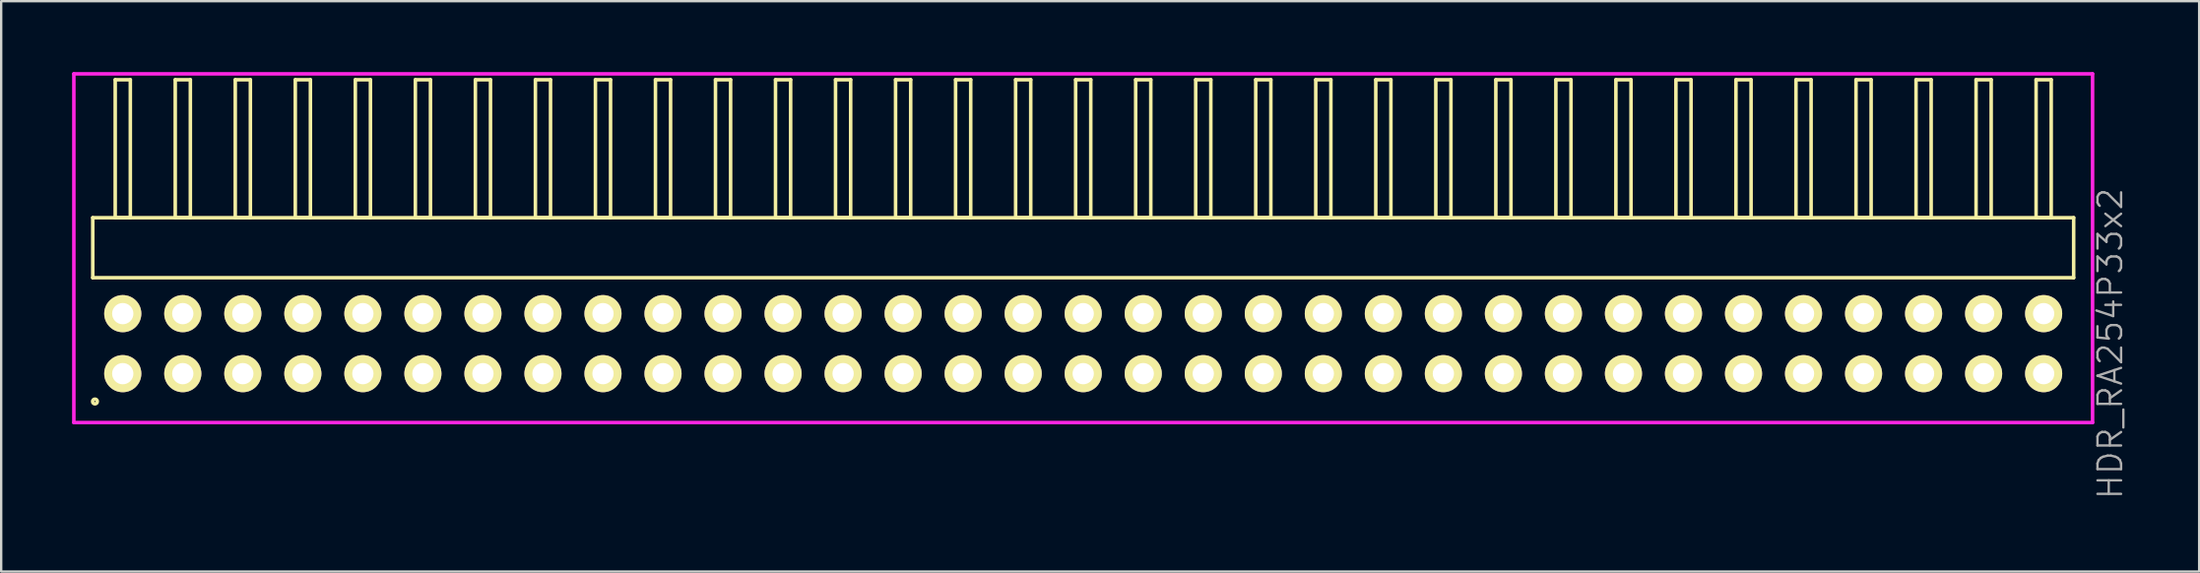
<source format=kicad_pcb>
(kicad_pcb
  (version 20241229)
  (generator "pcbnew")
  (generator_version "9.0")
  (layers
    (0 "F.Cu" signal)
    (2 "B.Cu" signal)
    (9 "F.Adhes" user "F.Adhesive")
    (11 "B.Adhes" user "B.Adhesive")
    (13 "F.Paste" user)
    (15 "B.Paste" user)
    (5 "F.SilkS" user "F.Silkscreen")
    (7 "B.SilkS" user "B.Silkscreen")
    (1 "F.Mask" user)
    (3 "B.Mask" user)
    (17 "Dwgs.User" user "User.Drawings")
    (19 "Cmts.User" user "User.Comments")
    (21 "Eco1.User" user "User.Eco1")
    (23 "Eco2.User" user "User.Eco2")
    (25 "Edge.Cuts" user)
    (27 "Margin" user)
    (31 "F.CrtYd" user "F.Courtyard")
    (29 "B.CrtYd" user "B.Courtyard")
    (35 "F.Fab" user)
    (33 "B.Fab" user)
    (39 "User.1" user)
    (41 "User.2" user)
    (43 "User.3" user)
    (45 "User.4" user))
  (footprint "HDR_RA254P33x2"
    (layer "F.Cu")
    (at 42.785 11.495)
    (property "Reference" "HDR_RA254P33x2" (at 43.46 0 90) (layer "F.Fab") (effects (font (size 1 1) (thickness 0.1))))
    (attr through_hole)
    (fp_line (start -41.91 -5.33) (end -41.91 -2.79) (stroke (width 0.15) (type solid)) (layer "F.SilkS"))
    (fp_line (start -41.91 -2.79) (end 41.91 -2.79) (stroke (width 0.15) (type solid)) (layer "F.SilkS"))
    (fp_line (start -40.96 -11.17) (end -40.96 -5.33) (stroke (width 0.15) (type solid)) (layer "F.SilkS"))
    (fp_line (start -40.96 -5.33) (end -40.32 -5.33) (stroke (width 0.15) (type solid)) (layer "F.SilkS"))
    (fp_line (start -40.32 -11.17) (end -40.96 -11.17) (stroke (width 0.15) (type solid)) (layer "F.SilkS"))
    (fp_line (start -40.32 -5.33) (end -40.32 -11.17) (stroke (width 0.15) (type solid)) (layer "F.SilkS"))
    (fp_line (start -38.42 -11.17) (end -38.42 -5.33) (stroke (width 0.15) (type solid)) (layer "F.SilkS"))
    (fp_line (start -38.42 -5.33) (end -37.78 -5.33) (stroke (width 0.15) (type solid)) (layer "F.SilkS"))
    (fp_line (start -37.78 -11.17) (end -38.42 -11.17) (stroke (width 0.15) (type solid)) (layer "F.SilkS"))
    (fp_line (start -37.78 -5.33) (end -37.78 -11.17) (stroke (width 0.15) (type solid)) (layer "F.SilkS"))
    (fp_line (start -35.88 -11.17) (end -35.88 -5.33) (stroke (width 0.15) (type solid)) (layer "F.SilkS"))
    (fp_line (start -35.88 -5.33) (end -35.24 -5.33) (stroke (width 0.15) (type solid)) (layer "F.SilkS"))
    (fp_line (start -35.24 -11.17) (end -35.88 -11.17) (stroke (width 0.15) (type solid)) (layer "F.SilkS"))
    (fp_line (start -35.24 -5.33) (end -35.24 -11.17) (stroke (width 0.15) (type solid)) (layer "F.SilkS"))
    (fp_line (start -33.34 -11.17) (end -33.34 -5.33) (stroke (width 0.15) (type solid)) (layer "F.SilkS"))
    (fp_line (start -33.34 -5.33) (end -32.7 -5.33) (stroke (width 0.15) (type solid)) (layer "F.SilkS"))
    (fp_line (start -32.7 -11.17) (end -33.34 -11.17) (stroke (width 0.15) (type solid)) (layer "F.SilkS"))
    (fp_line (start -32.7 -5.33) (end -32.7 -11.17) (stroke (width 0.15) (type solid)) (layer "F.SilkS"))
    (fp_line (start -30.8 -11.17) (end -30.8 -5.33) (stroke (width 0.15) (type solid)) (layer "F.SilkS"))
    (fp_line (start -30.8 -5.33) (end -30.16 -5.33) (stroke (width 0.15) (type solid)) (layer "F.SilkS"))
    (fp_line (start -30.16 -11.17) (end -30.8 -11.17) (stroke (width 0.15) (type solid)) (layer "F.SilkS"))
    (fp_line (start -30.16 -5.33) (end -30.16 -11.17) (stroke (width 0.15) (type solid)) (layer "F.SilkS"))
    (fp_line (start -28.26 -11.17) (end -28.26 -5.33) (stroke (width 0.15) (type solid)) (layer "F.SilkS"))
    (fp_line (start -28.26 -5.33) (end -27.62 -5.33) (stroke (width 0.15) (type solid)) (layer "F.SilkS"))
    (fp_line (start -27.62 -11.17) (end -28.26 -11.17) (stroke (width 0.15) (type solid)) (layer "F.SilkS"))
    (fp_line (start -27.62 -5.33) (end -27.62 -11.17) (stroke (width 0.15) (type solid)) (layer "F.SilkS"))
    (fp_line (start -25.72 -11.17) (end -25.72 -5.33) (stroke (width 0.15) (type solid)) (layer "F.SilkS"))
    (fp_line (start -25.72 -5.33) (end -25.08 -5.33) (stroke (width 0.15) (type solid)) (layer "F.SilkS"))
    (fp_line (start -25.08 -11.17) (end -25.72 -11.17) (stroke (width 0.15) (type solid)) (layer "F.SilkS"))
    (fp_line (start -25.08 -5.33) (end -25.08 -11.17) (stroke (width 0.15) (type solid)) (layer "F.SilkS"))
    (fp_line (start -23.18 -11.17) (end -23.18 -5.33) (stroke (width 0.15) (type solid)) (layer "F.SilkS"))
    (fp_line (start -23.18 -5.33) (end -22.54 -5.33) (stroke (width 0.15) (type solid)) (layer "F.SilkS"))
    (fp_line (start -22.54 -11.17) (end -23.18 -11.17) (stroke (width 0.15) (type solid)) (layer "F.SilkS"))
    (fp_line (start -22.54 -5.33) (end -22.54 -11.17) (stroke (width 0.15) (type solid)) (layer "F.SilkS"))
    (fp_line (start -20.64 -11.17) (end -20.64 -5.33) (stroke (width 0.15) (type solid)) (layer "F.SilkS"))
    (fp_line (start -20.64 -5.33) (end -20 -5.33) (stroke (width 0.15) (type solid)) (layer "F.SilkS"))
    (fp_line (start -20 -11.17) (end -20.64 -11.17) (stroke (width 0.15) (type solid)) (layer "F.SilkS"))
    (fp_line (start -20 -5.33) (end -20 -11.17) (stroke (width 0.15) (type solid)) (layer "F.SilkS"))
    (fp_line (start -18.1 -11.17) (end -18.1 -5.33) (stroke (width 0.15) (type solid)) (layer "F.SilkS"))
    (fp_line (start -18.1 -5.33) (end -17.46 -5.33) (stroke (width 0.15) (type solid)) (layer "F.SilkS"))
    (fp_line (start -17.46 -11.17) (end -18.1 -11.17) (stroke (width 0.15) (type solid)) (layer "F.SilkS"))
    (fp_line (start -17.46 -5.33) (end -17.46 -11.17) (stroke (width 0.15) (type solid)) (layer "F.SilkS"))
    (fp_line (start -15.56 -11.17) (end -15.56 -5.33) (stroke (width 0.15) (type solid)) (layer "F.SilkS"))
    (fp_line (start -15.56 -5.33) (end -14.92 -5.33) (stroke (width 0.15) (type solid)) (layer "F.SilkS"))
    (fp_line (start -14.92 -11.17) (end -15.56 -11.17) (stroke (width 0.15) (type solid)) (layer "F.SilkS"))
    (fp_line (start -14.92 -5.33) (end -14.92 -11.17) (stroke (width 0.15) (type solid)) (layer "F.SilkS"))
    (fp_line (start -13.02 -11.17) (end -13.02 -5.33) (stroke (width 0.15) (type solid)) (layer "F.SilkS"))
    (fp_line (start -13.02 -5.33) (end -12.38 -5.33) (stroke (width 0.15) (type solid)) (layer "F.SilkS"))
    (fp_line (start -12.38 -11.17) (end -13.02 -11.17) (stroke (width 0.15) (type solid)) (layer "F.SilkS"))
    (fp_line (start -12.38 -5.33) (end -12.38 -11.17) (stroke (width 0.15) (type solid)) (layer "F.SilkS"))
    (fp_line (start -10.48 -11.17) (end -10.48 -5.33) (stroke (width 0.15) (type solid)) (layer "F.SilkS"))
    (fp_line (start -10.48 -5.33) (end -9.84 -5.33) (stroke (width 0.15) (type solid)) (layer "F.SilkS"))
    (fp_line (start -9.84 -11.17) (end -10.48 -11.17) (stroke (width 0.15) (type solid)) (layer "F.SilkS"))
    (fp_line (start -9.84 -5.33) (end -9.84 -11.17) (stroke (width 0.15) (type solid)) (layer "F.SilkS"))
    (fp_line (start -7.94 -11.17) (end -7.94 -5.33) (stroke (width 0.15) (type solid)) (layer "F.SilkS"))
    (fp_line (start -7.94 -5.33) (end -7.3 -5.33) (stroke (width 0.15) (type solid)) (layer "F.SilkS"))
    (fp_line (start -7.3 -11.17) (end -7.94 -11.17) (stroke (width 0.15) (type solid)) (layer "F.SilkS"))
    (fp_line (start -7.3 -5.33) (end -7.3 -11.17) (stroke (width 0.15) (type solid)) (layer "F.SilkS"))
    (fp_line (start -5.4 -11.17) (end -5.4 -5.33) (stroke (width 0.15) (type solid)) (layer "F.SilkS"))
    (fp_line (start -5.4 -5.33) (end -4.76 -5.33) (stroke (width 0.15) (type solid)) (layer "F.SilkS"))
    (fp_line (start -4.76 -11.17) (end -5.4 -11.17) (stroke (width 0.15) (type solid)) (layer "F.SilkS"))
    (fp_line (start -4.76 -5.33) (end -4.76 -11.17) (stroke (width 0.15) (type solid)) (layer "F.SilkS"))
    (fp_line (start -2.86 -11.17) (end -2.86 -5.33) (stroke (width 0.15) (type solid)) (layer "F.SilkS"))
    (fp_line (start -2.86 -5.33) (end -2.22 -5.33) (stroke (width 0.15) (type solid)) (layer "F.SilkS"))
    (fp_line (start -2.22 -11.17) (end -2.86 -11.17) (stroke (width 0.15) (type solid)) (layer "F.SilkS"))
    (fp_line (start -2.22 -5.33) (end -2.22 -11.17) (stroke (width 0.15) (type solid)) (layer "F.SilkS"))
    (fp_line (start -0.32 -11.17) (end -0.32 -5.33) (stroke (width 0.15) (type solid)) (layer "F.SilkS"))
    (fp_line (start -0.32 -5.33) (end 0.32 -5.33) (stroke (width 0.15) (type solid)) (layer "F.SilkS"))
    (fp_line (start 0.32 -11.17) (end -0.32 -11.17) (stroke (width 0.15) (type solid)) (layer "F.SilkS"))
    (fp_line (start 0.32 -5.33) (end 0.32 -11.17) (stroke (width 0.15) (type solid)) (layer "F.SilkS"))
    (fp_line (start 2.22 -11.17) (end 2.22 -5.33) (stroke (width 0.15) (type solid)) (layer "F.SilkS"))
    (fp_line (start 2.22 -5.33) (end 2.86 -5.33) (stroke (width 0.15) (type solid)) (layer "F.SilkS"))
    (fp_line (start 2.86 -11.17) (end 2.22 -11.17) (stroke (width 0.15) (type solid)) (layer "F.SilkS"))
    (fp_line (start 2.86 -5.33) (end 2.86 -11.17) (stroke (width 0.15) (type solid)) (layer "F.SilkS"))
    (fp_line (start 4.76 -11.17) (end 4.76 -5.33) (stroke (width 0.15) (type solid)) (layer "F.SilkS"))
    (fp_line (start 4.76 -5.33) (end 5.4 -5.33) (stroke (width 0.15) (type solid)) (layer "F.SilkS"))
    (fp_line (start 5.4 -11.17) (end 4.76 -11.17) (stroke (width 0.15) (type solid)) (layer "F.SilkS"))
    (fp_line (start 5.4 -5.33) (end 5.4 -11.17) (stroke (width 0.15) (type solid)) (layer "F.SilkS"))
    (fp_line (start 7.3 -11.17) (end 7.3 -5.33) (stroke (width 0.15) (type solid)) (layer "F.SilkS"))
    (fp_line (start 7.3 -5.33) (end 7.94 -5.33) (stroke (width 0.15) (type solid)) (layer "F.SilkS"))
    (fp_line (start 7.94 -11.17) (end 7.3 -11.17) (stroke (width 0.15) (type solid)) (layer "F.SilkS"))
    (fp_line (start 7.94 -5.33) (end 7.94 -11.17) (stroke (width 0.15) (type solid)) (layer "F.SilkS"))
    (fp_line (start 9.84 -11.17) (end 9.84 -5.33) (stroke (width 0.15) (type solid)) (layer "F.SilkS"))
    (fp_line (start 9.84 -5.33) (end 10.48 -5.33) (stroke (width 0.15) (type solid)) (layer "F.SilkS"))
    (fp_line (start 10.48 -11.17) (end 9.84 -11.17) (stroke (width 0.15) (type solid)) (layer "F.SilkS"))
    (fp_line (start 10.48 -5.33) (end 10.48 -11.17) (stroke (width 0.15) (type solid)) (layer "F.SilkS"))
    (fp_line (start 12.38 -11.17) (end 12.38 -5.33) (stroke (width 0.15) (type solid)) (layer "F.SilkS"))
    (fp_line (start 12.38 -5.33) (end 13.02 -5.33) (stroke (width 0.15) (type solid)) (layer "F.SilkS"))
    (fp_line (start 13.02 -11.17) (end 12.38 -11.17) (stroke (width 0.15) (type solid)) (layer "F.SilkS"))
    (fp_line (start 13.02 -5.33) (end 13.02 -11.17) (stroke (width 0.15) (type solid)) (layer "F.SilkS"))
    (fp_line (start 14.92 -11.17) (end 14.92 -5.33) (stroke (width 0.15) (type solid)) (layer "F.SilkS"))
    (fp_line (start 14.92 -5.33) (end 15.56 -5.33) (stroke (width 0.15) (type solid)) (layer "F.SilkS"))
    (fp_line (start 15.56 -11.17) (end 14.92 -11.17) (stroke (width 0.15) (type solid)) (layer "F.SilkS"))
    (fp_line (start 15.56 -5.33) (end 15.56 -11.17) (stroke (width 0.15) (type solid)) (layer "F.SilkS"))
    (fp_line (start 17.46 -11.17) (end 17.46 -5.33) (stroke (width 0.15) (type solid)) (layer "F.SilkS"))
    (fp_line (start 17.46 -5.33) (end 18.1 -5.33) (stroke (width 0.15) (type solid)) (layer "F.SilkS"))
    (fp_line (start 18.1 -11.17) (end 17.46 -11.17) (stroke (width 0.15) (type solid)) (layer "F.SilkS"))
    (fp_line (start 18.1 -5.33) (end 18.1 -11.17) (stroke (width 0.15) (type solid)) (layer "F.SilkS"))
    (fp_line (start 20 -11.17) (end 20 -5.33) (stroke (width 0.15) (type solid)) (layer "F.SilkS"))
    (fp_line (start 20 -5.33) (end 20.64 -5.33) (stroke (width 0.15) (type solid)) (layer "F.SilkS"))
    (fp_line (start 20.64 -11.17) (end 20 -11.17) (stroke (width 0.15) (type solid)) (layer "F.SilkS"))
    (fp_line (start 20.64 -5.33) (end 20.64 -11.17) (stroke (width 0.15) (type solid)) (layer "F.SilkS"))
    (fp_line (start 22.54 -11.17) (end 22.54 -5.33) (stroke (width 0.15) (type solid)) (layer "F.SilkS"))
    (fp_line (start 22.54 -5.33) (end 23.18 -5.33) (stroke (width 0.15) (type solid)) (layer "F.SilkS"))
    (fp_line (start 23.18 -11.17) (end 22.54 -11.17) (stroke (width 0.15) (type solid)) (layer "F.SilkS"))
    (fp_line (start 23.18 -5.33) (end 23.18 -11.17) (stroke (width 0.15) (type solid)) (layer "F.SilkS"))
    (fp_line (start 25.08 -11.17) (end 25.08 -5.33) (stroke (width 0.15) (type solid)) (layer "F.SilkS"))
    (fp_line (start 25.08 -5.33) (end 25.72 -5.33) (stroke (width 0.15) (type solid)) (layer "F.SilkS"))
    (fp_line (start 25.72 -11.17) (end 25.08 -11.17) (stroke (width 0.15) (type solid)) (layer "F.SilkS"))
    (fp_line (start 25.72 -5.33) (end 25.72 -11.17) (stroke (width 0.15) (type solid)) (layer "F.SilkS"))
    (fp_line (start 27.62 -11.17) (end 27.62 -5.33) (stroke (width 0.15) (type solid)) (layer "F.SilkS"))
    (fp_line (start 27.62 -5.33) (end 28.26 -5.33) (stroke (width 0.15) (type solid)) (layer "F.SilkS"))
    (fp_line (start 28.26 -11.17) (end 27.62 -11.17) (stroke (width 0.15) (type solid)) (layer "F.SilkS"))
    (fp_line (start 28.26 -5.33) (end 28.26 -11.17) (stroke (width 0.15) (type solid)) (layer "F.SilkS"))
    (fp_line (start 30.16 -11.17) (end 30.16 -5.33) (stroke (width 0.15) (type solid)) (layer "F.SilkS"))
    (fp_line (start 30.16 -5.33) (end 30.8 -5.33) (stroke (width 0.15) (type solid)) (layer "F.SilkS"))
    (fp_line (start 30.8 -11.17) (end 30.16 -11.17) (stroke (width 0.15) (type solid)) (layer "F.SilkS"))
    (fp_line (start 30.8 -5.33) (end 30.8 -11.17) (stroke (width 0.15) (type solid)) (layer "F.SilkS"))
    (fp_line (start 32.7 -11.17) (end 32.7 -5.33) (stroke (width 0.15) (type solid)) (layer "F.SilkS"))
    (fp_line (start 32.7 -5.33) (end 33.34 -5.33) (stroke (width 0.15) (type solid)) (layer "F.SilkS"))
    (fp_line (start 33.34 -11.17) (end 32.7 -11.17) (stroke (width 0.15) (type solid)) (layer "F.SilkS"))
    (fp_line (start 33.34 -5.33) (end 33.34 -11.17) (stroke (width 0.15) (type solid)) (layer "F.SilkS"))
    (fp_line (start 35.24 -11.17) (end 35.24 -5.33) (stroke (width 0.15) (type solid)) (layer "F.SilkS"))
    (fp_line (start 35.24 -5.33) (end 35.88 -5.33) (stroke (width 0.15) (type solid)) (layer "F.SilkS"))
    (fp_line (start 35.88 -11.17) (end 35.24 -11.17) (stroke (width 0.15) (type solid)) (layer "F.SilkS"))
    (fp_line (start 35.88 -5.33) (end 35.88 -11.17) (stroke (width 0.15) (type solid)) (layer "F.SilkS"))
    (fp_line (start 37.78 -11.17) (end 37.78 -5.33) (stroke (width 0.15) (type solid)) (layer "F.SilkS"))
    (fp_line (start 37.78 -5.33) (end 38.42 -5.33) (stroke (width 0.15) (type solid)) (layer "F.SilkS"))
    (fp_line (start 38.42 -11.17) (end 37.78 -11.17) (stroke (width 0.15) (type solid)) (layer "F.SilkS"))
    (fp_line (start 38.42 -5.33) (end 38.42 -11.17) (stroke (width 0.15) (type solid)) (layer "F.SilkS"))
    (fp_line (start 40.32 -11.17) (end 40.32 -5.33) (stroke (width 0.15) (type solid)) (layer "F.SilkS"))
    (fp_line (start 40.32 -5.33) (end 40.96 -5.33) (stroke (width 0.15) (type solid)) (layer "F.SilkS"))
    (fp_line (start 40.96 -11.17) (end 40.32 -11.17) (stroke (width 0.15) (type solid)) (layer "F.SilkS"))
    (fp_line (start 40.96 -5.33) (end 40.96 -11.17) (stroke (width 0.15) (type solid)) (layer "F.SilkS"))
    (fp_line (start 41.91 -5.33) (end -41.91 -5.33) (stroke (width 0.15) (type solid)) (layer "F.SilkS"))
    (fp_line (start 41.91 -2.79) (end 41.91 -5.33) (stroke (width 0.15) (type solid)) (layer "F.SilkS"))
    (fp_circle (center -41.817 2.448) (end -41.717 2.448) (stroke (width 0.15) (type solid)) (fill no) (layer "F.SilkS"))
    (fp_line (start -42.71 -11.42) (end -42.71 3.34) (stroke (width 0.15) (type solid)) (layer "F.CrtYd"))
    (fp_line (start -42.71 3.34) (end 42.71 3.34) (stroke (width 0.15) (type solid)) (layer "F.CrtYd"))
    (fp_line (start 42.71 -11.42) (end -42.71 -11.42) (stroke (width 0.15) (type solid)) (layer "F.CrtYd"))
    (fp_line (start 42.71 3.34) (end 42.71 -11.42) (stroke (width 0.15) (type solid)) (layer "F.CrtYd"))
    (pad "1" thru_hole oval (at -40.64 1.27) (size 1.57 1.57) (drill 0.9) (layers "*.Cu" "*.Mask" "F.SilkS"))
    (pad "2" thru_hole oval (at -40.64 -1.27) (size 1.57 1.57) (drill 0.9) (layers "*.Cu" "*.Mask" "F.SilkS"))
    (pad "3" thru_hole oval (at -38.1 1.27) (size 1.57 1.57) (drill 0.9) (layers "*.Cu" "*.Mask" "F.SilkS"))
    (pad "4" thru_hole oval (at -38.1 -1.27) (size 1.57 1.57) (drill 0.9) (layers "*.Cu" "*.Mask" "F.SilkS"))
    (pad "5" thru_hole oval (at -35.56 1.27) (size 1.57 1.57) (drill 0.9) (layers "*.Cu" "*.Mask" "F.SilkS"))
    (pad "6" thru_hole oval (at -35.56 -1.27) (size 1.57 1.57) (drill 0.9) (layers "*.Cu" "*.Mask" "F.SilkS"))
    (pad "7" thru_hole oval (at -33.02 1.27) (size 1.57 1.57) (drill 0.9) (layers "*.Cu" "*.Mask" "F.SilkS"))
    (pad "8" thru_hole oval (at -33.02 -1.27) (size 1.57 1.57) (drill 0.9) (layers "*.Cu" "*.Mask" "F.SilkS"))
    (pad "9" thru_hole oval (at -30.48 1.27) (size 1.57 1.57) (drill 0.9) (layers "*.Cu" "*.Mask" "F.SilkS"))
    (pad "10" thru_hole oval (at -30.48 -1.27) (size 1.57 1.57) (drill 0.9) (layers "*.Cu" "*.Mask" "F.SilkS"))
    (pad "11" thru_hole oval (at -27.94 1.27) (size 1.57 1.57) (drill 0.9) (layers "*.Cu" "*.Mask" "F.SilkS"))
    (pad "12" thru_hole oval (at -27.94 -1.27) (size 1.57 1.57) (drill 0.9) (layers "*.Cu" "*.Mask" "F.SilkS"))
    (pad "13" thru_hole oval (at -25.4 1.27) (size 1.57 1.57) (drill 0.9) (layers "*.Cu" "*.Mask" "F.SilkS"))
    (pad "14" thru_hole oval (at -25.4 -1.27) (size 1.57 1.57) (drill 0.9) (layers "*.Cu" "*.Mask" "F.SilkS"))
    (pad "15" thru_hole oval (at -22.86 1.27) (size 1.57 1.57) (drill 0.9) (layers "*.Cu" "*.Mask" "F.SilkS"))
    (pad "16" thru_hole oval (at -22.86 -1.27) (size 1.57 1.57) (drill 0.9) (layers "*.Cu" "*.Mask" "F.SilkS"))
    (pad "17" thru_hole oval (at -20.32 1.27) (size 1.57 1.57) (drill 0.9) (layers "*.Cu" "*.Mask" "F.SilkS"))
    (pad "18" thru_hole oval (at -20.32 -1.27) (size 1.57 1.57) (drill 0.9) (layers "*.Cu" "*.Mask" "F.SilkS"))
    (pad "19" thru_hole oval (at -17.78 1.27) (size 1.57 1.57) (drill 0.9) (layers "*.Cu" "*.Mask" "F.SilkS"))
    (pad "20" thru_hole oval (at -17.78 -1.27) (size 1.57 1.57) (drill 0.9) (layers "*.Cu" "*.Mask" "F.SilkS"))
    (pad "21" thru_hole oval (at -15.24 1.27) (size 1.57 1.57) (drill 0.9) (layers "*.Cu" "*.Mask" "F.SilkS"))
    (pad "22" thru_hole oval (at -15.24 -1.27) (size 1.57 1.57) (drill 0.9) (layers "*.Cu" "*.Mask" "F.SilkS"))
    (pad "23" thru_hole oval (at -12.7 1.27) (size 1.57 1.57) (drill 0.9) (layers "*.Cu" "*.Mask" "F.SilkS"))
    (pad "24" thru_hole oval (at -12.7 -1.27) (size 1.57 1.57) (drill 0.9) (layers "*.Cu" "*.Mask" "F.SilkS"))
    (pad "25" thru_hole oval (at -10.16 1.27) (size 1.57 1.57) (drill 0.9) (layers "*.Cu" "*.Mask" "F.SilkS"))
    (pad "26" thru_hole oval (at -10.16 -1.27) (size 1.57 1.57) (drill 0.9) (layers "*.Cu" "*.Mask" "F.SilkS"))
    (pad "27" thru_hole oval (at -7.62 1.27) (size 1.57 1.57) (drill 0.9) (layers "*.Cu" "*.Mask" "F.SilkS"))
    (pad "28" thru_hole oval (at -7.62 -1.27) (size 1.57 1.57) (drill 0.9) (layers "*.Cu" "*.Mask" "F.SilkS"))
    (pad "29" thru_hole oval (at -5.08 1.27) (size 1.57 1.57) (drill 0.9) (layers "*.Cu" "*.Mask" "F.SilkS"))
    (pad "30" thru_hole oval (at -5.08 -1.27) (size 1.57 1.57) (drill 0.9) (layers "*.Cu" "*.Mask" "F.SilkS"))
    (pad "31" thru_hole oval (at -2.54 1.27) (size 1.57 1.57) (drill 0.9) (layers "*.Cu" "*.Mask" "F.SilkS"))
    (pad "32" thru_hole oval (at -2.54 -1.27) (size 1.57 1.57) (drill 0.9) (layers "*.Cu" "*.Mask" "F.SilkS"))
    (pad "33" thru_hole oval (at 0 1.27) (size 1.57 1.57) (drill 0.9) (layers "*.Cu" "*.Mask" "F.SilkS"))
    (pad "34" thru_hole oval (at 0 -1.27) (size 1.57 1.57) (drill 0.9) (layers "*.Cu" "*.Mask" "F.SilkS"))
    (pad "35" thru_hole oval (at 2.54 1.27) (size 1.57 1.57) (drill 0.9) (layers "*.Cu" "*.Mask" "F.SilkS"))
    (pad "36" thru_hole oval (at 2.54 -1.27) (size 1.57 1.57) (drill 0.9) (layers "*.Cu" "*.Mask" "F.SilkS"))
    (pad "37" thru_hole oval (at 5.08 1.27) (size 1.57 1.57) (drill 0.9) (layers "*.Cu" "*.Mask" "F.SilkS"))
    (pad "38" thru_hole oval (at 5.08 -1.27) (size 1.57 1.57) (drill 0.9) (layers "*.Cu" "*.Mask" "F.SilkS"))
    (pad "39" thru_hole oval (at 7.62 1.27) (size 1.57 1.57) (drill 0.9) (layers "*.Cu" "*.Mask" "F.SilkS"))
    (pad "40" thru_hole oval (at 7.62 -1.27) (size 1.57 1.57) (drill 0.9) (layers "*.Cu" "*.Mask" "F.SilkS"))
    (pad "41" thru_hole oval (at 10.16 1.27) (size 1.57 1.57) (drill 0.9) (layers "*.Cu" "*.Mask" "F.SilkS"))
    (pad "42" thru_hole oval (at 10.16 -1.27) (size 1.57 1.57) (drill 0.9) (layers "*.Cu" "*.Mask" "F.SilkS"))
    (pad "43" thru_hole oval (at 12.7 1.27) (size 1.57 1.57) (drill 0.9) (layers "*.Cu" "*.Mask" "F.SilkS"))
    (pad "44" thru_hole oval (at 12.7 -1.27) (size 1.57 1.57) (drill 0.9) (layers "*.Cu" "*.Mask" "F.SilkS"))
    (pad "45" thru_hole oval (at 15.24 1.27) (size 1.57 1.57) (drill 0.9) (layers "*.Cu" "*.Mask" "F.SilkS"))
    (pad "46" thru_hole oval (at 15.24 -1.27) (size 1.57 1.57) (drill 0.9) (layers "*.Cu" "*.Mask" "F.SilkS"))
    (pad "47" thru_hole oval (at 17.78 1.27) (size 1.57 1.57) (drill 0.9) (layers "*.Cu" "*.Mask" "F.SilkS"))
    (pad "48" thru_hole oval (at 17.78 -1.27) (size 1.57 1.57) (drill 0.9) (layers "*.Cu" "*.Mask" "F.SilkS"))
    (pad "49" thru_hole oval (at 20.32 1.27) (size 1.57 1.57) (drill 0.9) (layers "*.Cu" "*.Mask" "F.SilkS"))
    (pad "50" thru_hole oval (at 20.32 -1.27) (size 1.57 1.57) (drill 0.9) (layers "*.Cu" "*.Mask" "F.SilkS"))
    (pad "51" thru_hole oval (at 22.86 1.27) (size 1.57 1.57) (drill 0.9) (layers "*.Cu" "*.Mask" "F.SilkS"))
    (pad "52" thru_hole oval (at 22.86 -1.27) (size 1.57 1.57) (drill 0.9) (layers "*.Cu" "*.Mask" "F.SilkS"))
    (pad "53" thru_hole oval (at 25.4 1.27) (size 1.57 1.57) (drill 0.9) (layers "*.Cu" "*.Mask" "F.SilkS"))
    (pad "54" thru_hole oval (at 25.4 -1.27) (size 1.57 1.57) (drill 0.9) (layers "*.Cu" "*.Mask" "F.SilkS"))
    (pad "55" thru_hole oval (at 27.94 1.27) (size 1.57 1.57) (drill 0.9) (layers "*.Cu" "*.Mask" "F.SilkS"))
    (pad "56" thru_hole oval (at 27.94 -1.27) (size 1.57 1.57) (drill 0.9) (layers "*.Cu" "*.Mask" "F.SilkS"))
    (pad "57" thru_hole oval (at 30.48 1.27) (size 1.57 1.57) (drill 0.9) (layers "*.Cu" "*.Mask" "F.SilkS"))
    (pad "58" thru_hole oval (at 30.48 -1.27) (size 1.57 1.57) (drill 0.9) (layers "*.Cu" "*.Mask" "F.SilkS"))
    (pad "59" thru_hole oval (at 33.02 1.27) (size 1.57 1.57) (drill 0.9) (layers "*.Cu" "*.Mask" "F.SilkS"))
    (pad "60" thru_hole oval (at 33.02 -1.27) (size 1.57 1.57) (drill 0.9) (layers "*.Cu" "*.Mask" "F.SilkS"))
    (pad "61" thru_hole oval (at 35.56 1.27) (size 1.57 1.57) (drill 0.9) (layers "*.Cu" "*.Mask" "F.SilkS"))
    (pad "62" thru_hole oval (at 35.56 -1.27) (size 1.57 1.57) (drill 0.9) (layers "*.Cu" "*.Mask" "F.SilkS"))
    (pad "63" thru_hole oval (at 38.1 1.27) (size 1.57 1.57) (drill 0.9) (layers "*.Cu" "*.Mask" "F.SilkS"))
    (pad "64" thru_hole oval (at 38.1 -1.27) (size 1.57 1.57) (drill 0.9) (layers "*.Cu" "*.Mask" "F.SilkS"))
    (pad "65" thru_hole oval (at 40.64 1.27) (size 1.57 1.57) (drill 0.9) (layers "*.Cu" "*.Mask" "F.SilkS"))
    (pad "66" thru_hole oval (at 40.64 -1.27) (size 1.57 1.57) (drill 0.9) (layers "*.Cu" "*.Mask" "F.SilkS")))
  (gr_rect
    (start -3 -3)
    (end 90.005 21.14)
    (stroke (width 0.1) (type default))
    (fill no)
    (layer "Edge.Cuts")))
</source>
